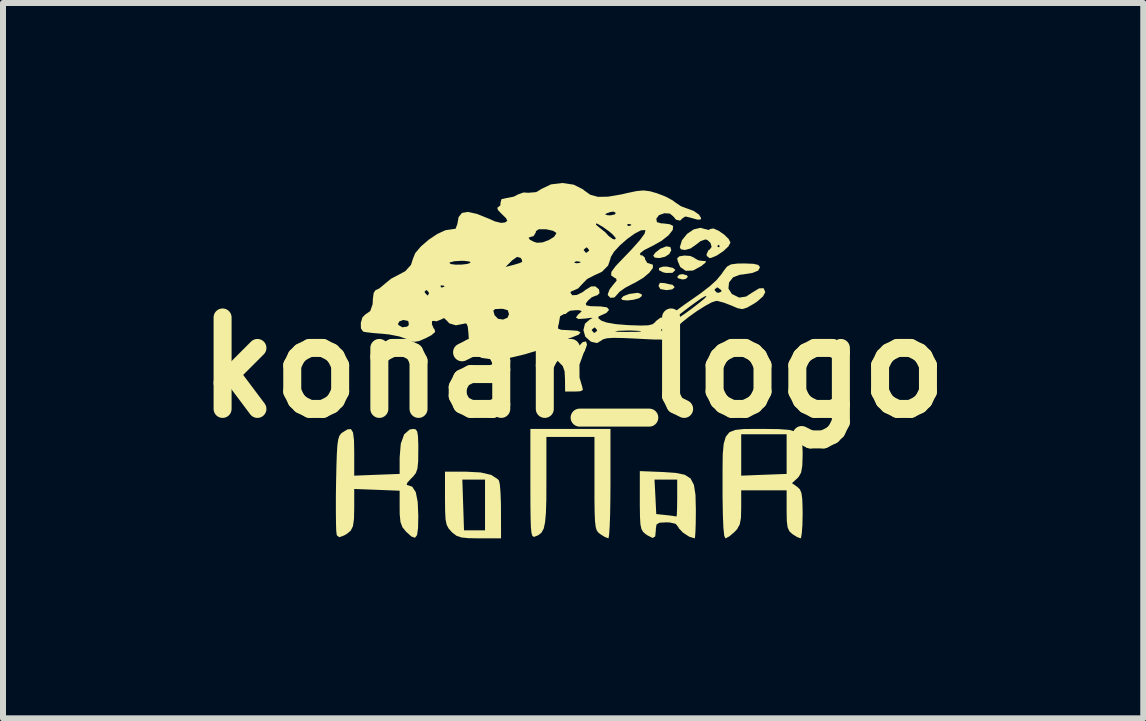
<source format=kicad_pcb>
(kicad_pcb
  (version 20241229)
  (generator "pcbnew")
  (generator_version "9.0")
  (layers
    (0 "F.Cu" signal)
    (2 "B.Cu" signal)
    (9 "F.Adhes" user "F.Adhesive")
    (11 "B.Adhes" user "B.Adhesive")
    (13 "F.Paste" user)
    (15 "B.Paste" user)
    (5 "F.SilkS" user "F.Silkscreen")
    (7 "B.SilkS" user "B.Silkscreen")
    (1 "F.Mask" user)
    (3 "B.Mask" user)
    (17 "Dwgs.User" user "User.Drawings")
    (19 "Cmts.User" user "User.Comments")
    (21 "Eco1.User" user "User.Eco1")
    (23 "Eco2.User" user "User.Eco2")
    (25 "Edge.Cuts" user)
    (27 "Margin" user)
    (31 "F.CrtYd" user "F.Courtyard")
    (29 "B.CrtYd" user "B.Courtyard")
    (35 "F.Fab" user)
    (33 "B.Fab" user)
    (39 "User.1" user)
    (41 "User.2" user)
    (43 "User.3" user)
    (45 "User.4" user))
  (footprint "konar_logo"
    (layer "F.Cu")
    (at 6.502 3.076)
    (property "Reference" "konar_logo" (at 0 0 0) (layer "F.SilkS") (effects (font (size 1.524 1.524) (thickness 0.3))))
    (attr board_only exclude_from_pos_files exclude_from_bom)
    (fp_poly (pts (xy 1.896 -1.538) (xy 1.913 -1.512) (xy 1.876 -1.476) (xy 1.824 -1.468) (xy 1.752 -1.487) (xy 1.735 -1.512) (xy 1.772 -1.549) (xy 1.824 -1.557)) (stroke (width 0) (type solid)) (fill yes) (layer "F.SilkS"))
    (fp_poly (pts (xy 1.568 -1.682) (xy 1.664 -1.661) (xy 1.704 -1.627) (xy 1.704 -1.624) (xy 1.655 -1.578) (xy 1.546 -1.577) (xy 1.501 -1.587) (xy 1.43 -1.623) (xy 1.434 -1.661) (xy 1.502 -1.683)) (stroke (width 0) (type solid)) (fill yes) (layer "F.SilkS"))
    (fp_poly (pts (xy 1.142 -1.222) (xy 1.146 -1.192) (xy 1.099 -1.155) (xy 1.007 -1.13) (xy 0.904 -1.118) (xy 0.824 -1.126) (xy 0.801 -1.148) (xy 0.84 -1.191) (xy 0.938 -1.227) (xy 1.063 -1.244) (xy 1.082 -1.245)) (stroke (width 0) (type solid)) (fill yes) (layer "F.SilkS"))
    (fp_poly (pts (xy 1.524 -1.407) (xy 1.616 -1.386) (xy 1.657 -1.38) (xy 1.689 -1.345) (xy 1.69 -1.335) (xy 1.652 -1.303) (xy 1.559 -1.29) (xy 1.557 -1.29) (xy 1.454 -1.308) (xy 1.423 -1.362) (xy 1.447 -1.412)) (stroke (width 0) (type solid)) (fill yes) (layer "F.SilkS"))
    (fp_poly (pts (xy 1.62 -2.009) (xy 1.637 -1.956) (xy 1.603 -1.892) (xy 1.533 -1.847) (xy 1.442 -1.825) (xy 1.364 -1.831) (xy 1.335 -1.863) (xy 1.368 -1.913) (xy 1.449 -1.977) (xy 1.45 -1.979) (xy 1.551 -2.02)) (stroke (width 0) (type solid)) (fill yes) (layer "F.SilkS"))
    (fp_poly (pts (xy 1.952 -1.86) (xy 2.018 -1.831) (xy 2.024 -1.824) (xy 2.086 -1.788) (xy 2.149 -1.778) (xy 2.212 -1.774) (xy 2.21 -1.752) (xy 2.14 -1.694) (xy 2.135 -1.69) (xy 1.999 -1.617) (xy 1.877 -1.612) (xy 1.789 -1.674) (xy 1.781 -1.687) (xy 1.743 -1.778) (xy 1.735 -1.821) (xy 1.772 -1.854) (xy 1.857 -1.867)) (stroke (width 0) (type solid)) (fill yes) (layer "F.SilkS"))
    (fp_poly (pts (xy -1.544 1.748) (xy -1.366 1.789) (xy -1.255 1.861) (xy -1.235 1.886) (xy -1.221 1.949) (xy -1.21 2.079) (xy -1.203 2.256) (xy -1.202 2.391) (xy -1.201 2.847) (xy -1.559 2.847) (xy -1.743 2.844) (xy -1.863 2.832) (xy -1.943 2.804) (xy -2.007 2.756) (xy -2.026 2.738) (xy -2.076 2.681) (xy -2.108 2.619) (xy -2.126 2.53) (xy -2.133 2.394) (xy -2.135 2.19) (xy -2.135 2.182) (xy -2.135 1.868) (xy -1.846 1.868) (xy -1.832 2.291) (xy -1.818 2.713) (xy -1.468 2.713) (xy -1.468 1.868) (xy -1.657 1.868) (xy -1.846 1.868) (xy -2.135 1.868) (xy -2.135 1.735) (xy -1.799 1.735)) (stroke (width 0) (type solid)) (fill yes) (layer "F.SilkS"))
    (fp_poly (pts (xy 0.623 1.935) (xy 0.621 2.209) (xy 0.617 2.45) (xy 0.61 2.645) (xy 0.601 2.781) (xy 0.591 2.844) (xy 0.588 2.847) (xy 0.529 2.824) (xy 0.455 2.778) (xy 0.419 2.749) (xy 0.393 2.712) (xy 0.376 2.653) (xy 0.365 2.559) (xy 0.359 2.416) (xy 0.356 2.211) (xy 0.356 1.933) (xy 0.356 1.157) (xy -0.445 1.157) (xy -0.445 1.904) (xy -0.446 2.201) (xy -0.453 2.422) (xy -0.467 2.579) (xy -0.49 2.685) (xy -0.527 2.752) (xy -0.579 2.794) (xy -0.634 2.817) (xy -0.66 2.821) (xy -0.68 2.804) (xy -0.694 2.755) (xy -0.703 2.665) (xy -0.708 2.521) (xy -0.711 2.313) (xy -0.712 2.03) (xy -0.712 1.934) (xy -0.712 1.023) (xy 0.623 1.023)) (stroke (width 0) (type solid)) (fill yes) (layer "F.SilkS"))
    (fp_poly (pts (xy 2.177 -2.314) (xy 2.26 -2.293) (xy 2.289 -2.31) (xy 2.339 -2.318) (xy 2.423 -2.281) (xy 2.517 -2.217) (xy 2.592 -2.144) (xy 2.623 -2.083) (xy 2.588 -2.018) (xy 2.503 -1.939) (xy 2.397 -1.868) (xy 2.299 -1.827) (xy 2.275 -1.824) (xy 2.229 -1.859) (xy 2.224 -1.887) (xy 2.255 -1.955) (xy 2.277 -1.967) (xy 2.309 -2.011) (xy 2.305 -2.024) (xy 2.402 -2.024) (xy 2.424 -2.002) (xy 2.447 -2.024) (xy 2.424 -2.046) (xy 2.402 -2.024) (xy 2.305 -2.024) (xy 2.29 -2.077) (xy 2.237 -2.127) (xy 2.203 -2.135) (xy 2.123 -2.106) (xy 2.046 -2.046) (xy 1.958 -1.985) (xy 1.864 -1.959) (xy 1.796 -1.971) (xy 1.779 -2.005) (xy 1.814 -2.121) (xy 1.899 -2.227) (xy 2.011 -2.303) (xy 2.124 -2.329)) (stroke (width 0) (type solid)) (fill yes) (layer "F.SilkS"))
    (fp_poly (pts (xy 1.494 1.741) (xy 1.71 1.756) (xy 1.861 1.787) (xy 1.958 1.849) (xy 2.014 1.956) (xy 2.04 2.122) (xy 2.046 2.36) (xy 2.046 2.407) (xy 2.044 2.593) (xy 2.039 2.74) (xy 2.032 2.829) (xy 2.026 2.847) (xy 1.935 2.819) (xy 1.833 2.753) (xy 1.763 2.68) (xy 1.755 2.662) (xy 1.71 2.605) (xy 1.61 2.582) (xy 1.554 2.58) (xy 1.441 2.586) (xy 1.391 2.615) (xy 1.379 2.688) (xy 1.379 2.713) (xy 1.369 2.814) (xy 1.327 2.841) (xy 1.241 2.798) (xy 1.211 2.778) (xy 1.168 2.741) (xy 1.139 2.692) (xy 1.122 2.613) (xy 1.115 2.486) (xy 1.112 2.294) (xy 1.112 2.217) (xy 1.112 1.868) (xy 1.357 1.868) (xy 1.372 2.155) (xy 1.386 2.442) (xy 1.549 2.459) (xy 1.659 2.472) (xy 1.72 2.482) (xy 1.724 2.484) (xy 1.729 2.447) (xy 1.733 2.343) (xy 1.735 2.193) (xy 1.735 2.18) (xy 1.735 1.868) (xy 1.357 1.868) (xy 1.112 1.868) (xy 1.112 1.726)) (stroke (width 0) (type solid)) (fill yes) (layer "F.SilkS"))
    (fp_poly (pts (xy 3.17 1.023) (xy 3.423 1.026) (xy 3.602 1.039) (xy 3.717 1.072) (xy 3.784 1.135) (xy 3.816 1.235) (xy 3.825 1.382) (xy 3.826 1.464) (xy 3.82 1.638) (xy 3.801 1.749) (xy 3.761 1.821) (xy 3.737 1.846) (xy 3.648 1.927) (xy 3.737 1.989) (xy 3.78 2.03) (xy 3.806 2.092) (xy 3.82 2.195) (xy 3.825 2.358) (xy 3.826 2.449) (xy 3.822 2.625) (xy 3.812 2.761) (xy 3.799 2.837) (xy 3.791 2.847) (xy 3.732 2.824) (xy 3.658 2.778) (xy 3.606 2.731) (xy 3.576 2.666) (xy 3.562 2.56) (xy 3.559 2.39) (xy 3.559 2.377) (xy 3.559 2.046) (xy 2.802 2.046) (xy 2.802 2.337) (xy 2.798 2.505) (xy 2.778 2.614) (xy 2.735 2.692) (xy 2.693 2.738) (xy 2.607 2.812) (xy 2.542 2.847) (xy 2.538 2.847) (xy 2.519 2.803) (xy 2.505 2.671) (xy 2.496 2.452) (xy 2.491 2.148) (xy 2.491 2.009) (xy 2.491 1.802) (xy 2.802 1.802) (xy 3.18 1.787) (xy 3.559 1.773) (xy 3.559 1.112) (xy 2.802 1.112) (xy 2.802 1.802) (xy 2.491 1.802) (xy 2.491 1.688) (xy 2.494 1.446) (xy 2.51 1.271) (xy 2.545 1.152) (xy 2.606 1.078) (xy 2.701 1.04) (xy 2.838 1.025) (xy 3.024 1.023)) (stroke (width 0) (type solid)) (fill yes) (layer "F.SilkS"))
    (fp_poly (pts (xy -2.623 1.031) (xy -2.598 1.067) (xy -2.585 1.149) (xy -2.58 1.293) (xy -2.58 1.381) (xy -2.582 1.563) (xy -2.594 1.681) (xy -2.62 1.758) (xy -2.668 1.819) (xy -2.698 1.848) (xy -2.762 1.918) (xy -2.774 1.955) (xy -2.768 1.957) (xy -2.681 1.986) (xy -2.622 2.077) (xy -2.59 2.239) (xy -2.58 2.472) (xy -2.584 2.672) (xy -2.6 2.791) (xy -2.635 2.837) (xy -2.693 2.817) (xy -2.781 2.739) (xy -2.782 2.738) (xy -2.844 2.663) (xy -2.877 2.576) (xy -2.89 2.446) (xy -2.891 2.341) (xy -2.891 2.053) (xy -3.27 2.038) (xy -3.648 2.024) (xy -3.648 2.335) (xy -3.652 2.523) (xy -3.669 2.643) (xy -3.706 2.719) (xy -3.772 2.773) (xy -3.815 2.798) (xy -3.895 2.828) (xy -3.934 2.801) (xy -3.94 2.787) (xy -3.948 2.723) (xy -3.952 2.586) (xy -3.954 2.392) (xy -3.954 2.156) (xy -3.951 1.936) (xy -3.945 1.652) (xy -3.938 1.443) (xy -3.929 1.297) (xy -3.915 1.2) (xy -3.896 1.14) (xy -3.87 1.103) (xy -3.85 1.086) (xy -3.762 1.031) (xy -3.703 1.026) (xy -3.668 1.082) (xy -3.652 1.207) (xy -3.648 1.412) (xy -3.648 1.412) (xy -3.648 1.802) (xy -3.27 1.787) (xy -2.891 1.773) (xy -2.891 1.497) (xy -2.872 1.27) (xy -2.816 1.114) (xy -2.724 1.033) (xy -2.666 1.023)) (stroke (width 0) (type solid)) (fill yes) (layer "F.SilkS"))
    (fp_poly (pts (xy 0.01 -3.048) (xy 0.164 -2.971) (xy 0.181 -2.955) (xy 0.286 -2.88) (xy 0.414 -2.845) (xy 0.583 -2.848) (xy 0.811 -2.887) (xy 0.89 -2.906) (xy 1.056 -2.941) (xy 1.174 -2.952) (xy 1.283 -2.938) (xy 1.401 -2.904) (xy 1.545 -2.848) (xy 1.661 -2.785) (xy 1.7 -2.755) (xy 1.799 -2.688) (xy 1.908 -2.648) (xy 2.014 -2.608) (xy 2.098 -2.549) (xy 2.134 -2.491) (xy 2.125 -2.467) (xy 2.073 -2.465) (xy 1.977 -2.492) (xy 1.975 -2.493) (xy 1.873 -2.518) (xy 1.832 -2.494) (xy 1.783 -2.449) (xy 1.715 -2.464) (xy 1.673 -2.516) (xy 1.614 -2.566) (xy 1.521 -2.572) (xy 1.431 -2.54) (xy 1.387 -2.48) (xy 1.397 -2.424) (xy 1.47 -2.403) (xy 1.507 -2.402) (xy 1.61 -2.389) (xy 1.667 -2.36) (xy 1.661 -2.293) (xy 1.591 -2.204) (xy 1.473 -2.111) (xy 1.326 -2.029) (xy 1.314 -2.023) (xy 1.185 -1.958) (xy 1.118 -1.906) (xy 1.119 -1.874) (xy 1.157 -1.868) (xy 1.196 -1.832) (xy 1.201 -1.802) (xy 1.237 -1.743) (xy 1.268 -1.735) (xy 1.331 -1.713) (xy 1.329 -1.658) (xy 1.271 -1.581) (xy 1.169 -1.495) (xy 1.032 -1.414) (xy 1.004 -1.401) (xy 0.871 -1.331) (xy 0.774 -1.263) (xy 0.741 -1.224) (xy 0.689 -1.168) (xy 0.622 -1.162) (xy 0.58 -1.205) (xy 0.578 -1.223) (xy 0.608 -1.302) (xy 0.668 -1.38) (xy 0.725 -1.447) (xy 0.718 -1.483) (xy 0.691 -1.496) (xy 0.634 -1.535) (xy 0.638 -1.594) (xy 0.707 -1.688) (xy 0.767 -1.752) (xy 0.973 -1.966) (xy 1.113 -2.124) (xy 1.19 -2.229) (xy 1.206 -2.285) (xy 1.2 -2.291) (xy 1.132 -2.287) (xy 1.026 -2.232) (xy 0.902 -2.143) (xy 0.781 -2.037) (xy 0.683 -1.931) (xy 0.628 -1.841) (xy 0.623 -1.814) (xy 0.583 -1.699) (xy 0.481 -1.596) (xy 0.347 -1.534) (xy 0.232 -1.474) (xy 0.157 -1.397) (xy 0.085 -1.319) (xy 0.021 -1.29) (xy -0.037 -1.266) (xy -0.044 -1.246) (xy -0.013 -1.205) (xy 0.064 -1.21) (xy 0.159 -1.257) (xy 0.202 -1.291) (xy 0.301 -1.352) (xy 0.371 -1.353) (xy 0.431 -1.303) (xy 0.441 -1.24) (xy 0.4 -1.202) (xy 0.385 -1.201) (xy 0.311 -1.171) (xy 0.251 -1.119) (xy 0.211 -1.066) (xy 0.221 -1.036) (xy 0.293 -1.023) (xy 0.44 -1.019) (xy 0.455 -1.019) (xy 0.565 -1.003) (xy 0.6 -0.962) (xy 0.556 -0.911) (xy 0.507 -0.888) (xy 0.426 -0.852) (xy 0.42 -0.822) (xy 0.471 -0.782) (xy 0.56 -0.75) (xy 0.716 -0.723) (xy 0.916 -0.707) (xy 0.942 -0.706) (xy 1.132 -0.7) (xy 1.253 -0.704) (xy 1.325 -0.722) (xy 1.367 -0.755) (xy 1.378 -0.772) (xy 1.428 -0.81) (xy 1.692 -0.81) (xy 1.702 -0.801) (xy 1.706 -0.801) (xy 1.755 -0.826) (xy 1.854 -0.891) (xy 1.98 -0.983) (xy 1.981 -0.984) (xy 2.103 -1.078) (xy 2.19 -1.151) (xy 2.224 -1.186) (xy 2.224 -1.187) (xy 2.2 -1.189) (xy 2.123 -1.144) (xy 1.987 -1.047) (xy 1.935 -1.008) (xy 1.797 -0.903) (xy 1.72 -0.84) (xy 1.692 -0.81) (xy 1.428 -0.81) (xy 1.459 -0.833) (xy 1.516 -0.831) (xy 1.585 -0.827) (xy 1.601 -0.842) (xy 1.636 -0.88) (xy 1.727 -0.954) (xy 1.859 -1.051) (xy 1.921 -1.094) (xy 2.131 -1.241) (xy 2.194 -1.29) (xy 2.358 -1.29) (xy 2.394 -1.251) (xy 2.427 -1.246) (xy 2.473 -1.267) (xy 2.469 -1.29) (xy 2.412 -1.333) (xy 2.399 -1.335) (xy 2.359 -1.301) (xy 2.358 -1.29) (xy 2.194 -1.29) (xy 2.282 -1.358) (xy 2.39 -1.457) (xy 2.472 -1.555) (xy 2.511 -1.613) (xy 2.565 -1.682) (xy 2.631 -1.719) (xy 2.736 -1.733) (xy 2.852 -1.735) (xy 3.006 -1.729) (xy 3.088 -1.71) (xy 3.114 -1.674) (xy 3.114 -1.669) (xy 3.085 -1.616) (xy 2.993 -1.578) (xy 2.825 -1.551) (xy 2.781 -1.547) (xy 2.667 -1.504) (xy 2.599 -1.418) (xy 2.589 -1.317) (xy 2.646 -1.227) (xy 2.649 -1.225) (xy 2.768 -1.166) (xy 2.883 -1.183) (xy 2.98 -1.246) (xy 3.099 -1.319) (xy 3.175 -1.323) (xy 3.203 -1.258) (xy 3.203 -1.256) (xy 3.166 -1.187) (xy 3.072 -1.103) (xy 3.014 -1.064) (xy 2.898 -0.998) (xy 2.821 -0.974) (xy 2.742 -0.989) (xy 2.647 -1.03) (xy 2.517 -1.08) (xy 2.41 -1.109) (xy 2.387 -1.111) (xy 2.313 -1.088) (xy 2.199 -1.026) (xy 2.064 -0.941) (xy 1.929 -0.845) (xy 1.814 -0.753) (xy 1.738 -0.68) (xy 1.721 -0.643) (xy 1.709 -0.574) (xy 1.68 -0.523) (xy 1.646 -0.493) (xy 1.592 -0.474) (xy 1.5 -0.466) (xy 1.355 -0.467) (xy 1.141 -0.477) (xy 1.077 -0.481) (xy 0.838 -0.492) (xy 0.671 -0.495) (xy 0.563 -0.488) (xy 0.497 -0.469) (xy 0.467 -0.448) (xy 0.4 -0.408) (xy 0.311 -0.427) (xy 0.291 -0.436) (xy 0.203 -0.515) (xy 0.172 -0.623) (xy 0.311 -0.623) (xy 0.345 -0.58) (xy 0.356 -0.578) (xy 0.388 -0.603) (xy 0.699 -0.603) (xy 0.733 -0.597) (xy 0.838 -0.594) (xy 0.912 -0.594) (xy 1.053 -0.595) (xy 1.128 -0.6) (xy 1.129 -0.607) (xy 1.102 -0.611) (xy 0.944 -0.618) (xy 0.772 -0.613) (xy 0.746 -0.611) (xy 0.699 -0.603) (xy 0.388 -0.603) (xy 0.399 -0.612) (xy 0.4 -0.623) (xy 1.468 -0.623) (xy 1.502 -0.58) (xy 1.512 -0.578) (xy 1.556 -0.612) (xy 1.557 -0.623) (xy 1.523 -0.666) (xy 1.512 -0.667) (xy 1.469 -0.633) (xy 1.468 -0.623) (xy 0.4 -0.623) (xy 0.366 -0.666) (xy 0.356 -0.667) (xy 0.313 -0.633) (xy 0.311 -0.623) (xy 0.172 -0.623) (xy 0.172 -0.624) (xy 0.198 -0.731) (xy 0.278 -0.801) (xy 0.325 -0.826) (xy 0.296 -0.829) (xy 0.211 -0.817) (xy 0.09 -0.809) (xy 0.047 -0.833) (xy 0.086 -0.887) (xy 0.112 -0.907) (xy 0.144 -0.941) (xy 0.104 -0.955) (xy 0.045 -0.956) (xy -0.049 -0.947) (xy -0.089 -0.924) (xy -0.089 -0.923) (xy -0.125 -0.893) (xy -0.156 -0.89) (xy -0.215 -0.856) (xy -0.222 -0.827) (xy -0.238 -0.729) (xy -0.249 -0.693) (xy -0.251 -0.65) (xy -0.2 -0.629) (xy -0.079 -0.623) (xy -0.071 -0.623) (xy 0.07 -0.613) (xy 0.125 -0.587) (xy 0.093 -0.548) (xy -0.026 -0.5) (xy -0.043 -0.495) (xy -0.188 -0.439) (xy -0.251 -0.379) (xy -0.236 -0.308) (xy -0.221 -0.287) (xy -0.125 -0.227) (xy -0.018 -0.249) (xy 0.079 -0.34) (xy 0.161 -0.425) (xy 0.216 -0.435) (xy 0.232 -0.381) (xy 0.196 -0.278) (xy 0.175 -0.24) (xy 0.106 -0.049) (xy 0.107 0.167) (xy 0.153 0.323) (xy 0.163 0.374) (xy 0.118 0.396) (xy 0.027 0.4) (xy -0.133 0.4) (xy -0.135 0.189) (xy -0.142 0.061) (xy -0.173 -0.025) (xy -0.247 -0.101) (xy -0.33 -0.164) (xy -0.523 -0.306) (xy -0.807 -0.22) (xy -1.09 -0.153) (xy -1.333 -0.134) (xy -1.526 -0.161) (xy -1.661 -0.232) (xy -1.728 -0.345) (xy -1.734 -0.39) (xy -1.744 -0.57) (xy -1.755 -0.677) (xy -1.773 -0.728) (xy -1.801 -0.736) (xy -1.824 -0.729) (xy -1.954 -0.704) (xy -2.063 -0.736) (xy -2.102 -0.779) (xy -2.151 -0.825) (xy -2.204 -0.799) (xy -2.278 -0.77) (xy -2.311 -0.777) (xy -2.35 -0.776) (xy -2.354 -0.725) (xy -2.327 -0.658) (xy -2.308 -0.635) (xy -2.299 -0.593) (xy -2.36 -0.54) (xy -2.446 -0.494) (xy -2.567 -0.441) (xy -2.647 -0.428) (xy -2.726 -0.451) (xy -2.773 -0.475) (xy -2.896 -0.518) (xy -3.063 -0.551) (xy -3.18 -0.563) (xy -3.332 -0.575) (xy -3.45 -0.589) (xy -3.5 -0.599) (xy -3.536 -0.652) (xy -3.538 -0.724) (xy -2.919 -0.724) (xy -2.914 -0.712) (xy -2.847 -0.671) (xy -2.766 -0.682) (xy -2.738 -0.709) (xy -2.744 -0.766) (xy -2.759 -0.779) (xy -2.83 -0.793) (xy -2.896 -0.769) (xy -2.919 -0.724) (xy -3.538 -0.724) (xy -3.538 -0.744) (xy -3.512 -0.835) (xy -3.465 -0.883) (xy -3.381 -0.941) (xy -3.379 -0.948) (xy -1.33 -0.948) (xy -1.311 -0.88) (xy -1.308 -0.871) (xy -1.25 -0.812) (xy -1.166 -0.8) (xy -1.093 -0.831) (xy -1.068 -0.89) (xy -1.089 -0.955) (xy -1.167 -0.978) (xy -1.201 -0.979) (xy -1.3 -0.974) (xy -1.33 -0.948) (xy -3.379 -0.948) (xy -3.342 -1.054) (xy -3.337 -1.145) (xy -3.324 -1.244) (xy -3.311 -1.263) (xy -2.476 -1.263) (xy -2.469 -1.246) (xy -2.429 -1.203) (xy -2.422 -1.201) (xy -2.403 -1.235) (xy -2.402 -1.246) (xy -2.436 -1.288) (xy -2.449 -1.29) (xy -2.476 -1.263) (xy -3.311 -1.263) (xy -3.293 -1.29) (xy -3.29 -1.29) (xy -3.229 -1.319) (xy -3.175 -1.364) (xy -2.209 -1.364) (xy -2.203 -1.338) (xy -2.18 -1.335) (xy -2.143 -1.351) (xy -2.15 -1.364) (xy -2.203 -1.369) (xy -2.209 -1.364) (xy -3.175 -1.364) (xy -3.144 -1.389) (xy -3.135 -1.398) (xy -3.03 -1.483) (xy -2.926 -1.537) (xy -2.926 -1.537) (xy -2.797 -1.606) (xy -2.733 -1.677) (xy -1.125 -1.677) (xy -0.996 -1.71) (xy -0.898 -1.739) (xy -0.884 -1.745) (xy 0.019 -1.745) (xy 0.063 -1.738) (xy 0.121 -1.747) (xy 0.121 -1.762) (xy 0.062 -1.772) (xy 0.036 -1.765) (xy 0.019 -1.745) (xy -0.884 -1.745) (xy -0.848 -1.761) (xy -0.857 -1.804) (xy -0.877 -1.829) (xy -0.934 -1.844) (xy -1.016 -1.786) (xy -1.025 -1.777) (xy -1.125 -1.677) (xy -2.733 -1.677) (xy -2.702 -1.711) (xy -2.691 -1.746) (xy -2.062 -1.746) (xy -2.039 -1.725) (xy -1.96 -1.715) (xy -1.857 -1.716) (xy -1.762 -1.727) (xy -1.708 -1.747) (xy -1.726 -1.767) (xy -1.811 -1.778) (xy -1.858 -1.779) (xy -1.977 -1.772) (xy -2.052 -1.753) (xy -2.062 -1.746) (xy -2.691 -1.746) (xy -2.669 -1.814) (xy -2.632 -1.906) (xy -2.589 -1.957) (xy 0.178 -1.957) (xy 0.212 -1.914) (xy 0.222 -1.913) (xy 0.266 -1.947) (xy 0.267 -1.957) (xy 0.233 -2) (xy 0.222 -2.002) (xy 0.179 -1.968) (xy 0.178 -1.957) (xy -2.589 -1.957) (xy -2.537 -2.018) (xy -2.406 -2.131) (xy -2.355 -2.165) (xy -0.742 -2.165) (xy -0.721 -2.131) (xy -0.651 -2.095) (xy -0.601 -2.08) (xy -0.509 -2.086) (xy -0.404 -2.125) (xy -0.317 -2.179) (xy -0.28 -2.235) (xy -0.281 -2.245) (xy -0.331 -2.278) (xy -0.435 -2.302) (xy -0.459 -2.305) (xy -0.572 -2.305) (xy -0.619 -2.274) (xy -0.623 -2.249) (xy -0.659 -2.19) (xy -0.698 -2.18) (xy -0.742 -2.165) (xy -2.355 -2.165) (xy -2.262 -2.227) (xy -2.128 -2.289) (xy -2.04 -2.302) (xy -1.958 -2.314) (xy -1.933 -2.382) (xy 0.381 -2.382) (xy 0.439 -2.332) (xy 0.446 -2.327) (xy 0.538 -2.253) (xy 0.592 -2.193) (xy 0.664 -2.141) (xy 0.698 -2.135) (xy 0.712 -2.158) (xy 0.658 -2.22) (xy 0.601 -2.269) (xy 0.492 -2.347) (xy 0.422 -2.387) (xy 0.904 -2.387) (xy 0.911 -2.361) (xy 0.934 -2.358) (xy 0.971 -2.374) (xy 0.964 -2.387) (xy 0.911 -2.393) (xy 0.904 -2.387) (xy 0.422 -2.387) (xy 0.408 -2.395) (xy 0.384 -2.402) (xy 0.381 -2.382) (xy -1.933 -2.382) (xy -1.931 -2.385) (xy -1.908 -2.508) (xy -1.852 -2.577) (xy -1.752 -2.594) (xy -1.6 -2.56) (xy -1.387 -2.474) (xy -1.304 -2.436) (xy -1.199 -2.411) (xy -1.134 -2.418) (xy -1.097 -2.445) (xy -1.118 -2.49) (xy -1.183 -2.553) (xy 0.534 -2.553) (xy 0.571 -2.539) (xy 0.623 -2.536) (xy 0.695 -2.552) (xy 0.712 -2.576) (xy 0.676 -2.599) (xy 0.623 -2.593) (xy 0.551 -2.567) (xy 0.534 -2.553) (xy -1.183 -2.553) (xy -1.187 -2.556) (xy -1.253 -2.626) (xy -1.264 -2.665) (xy -1.255 -2.668) (xy -1.212 -2.704) (xy -1.21 -2.746) (xy -1.195 -2.806) (xy -1.11 -2.826) (xy -1.105 -2.826) (xy -0.99 -2.848) (xy -0.921 -2.884) (xy -0.827 -2.918) (xy -0.747 -2.913) (xy -0.614 -2.924) (xy -0.525 -2.978) (xy -0.368 -3.053) (xy -0.178 -3.076)) (stroke (width 0) (type solid)) (fill yes) (layer "F.SilkS")))
  (gr_rect
    (start -3 -3)
    (end 16.005 8.923)
    (stroke (width 0.1) (type default))
    (fill no)
    (layer "Edge.Cuts")))
</source>
